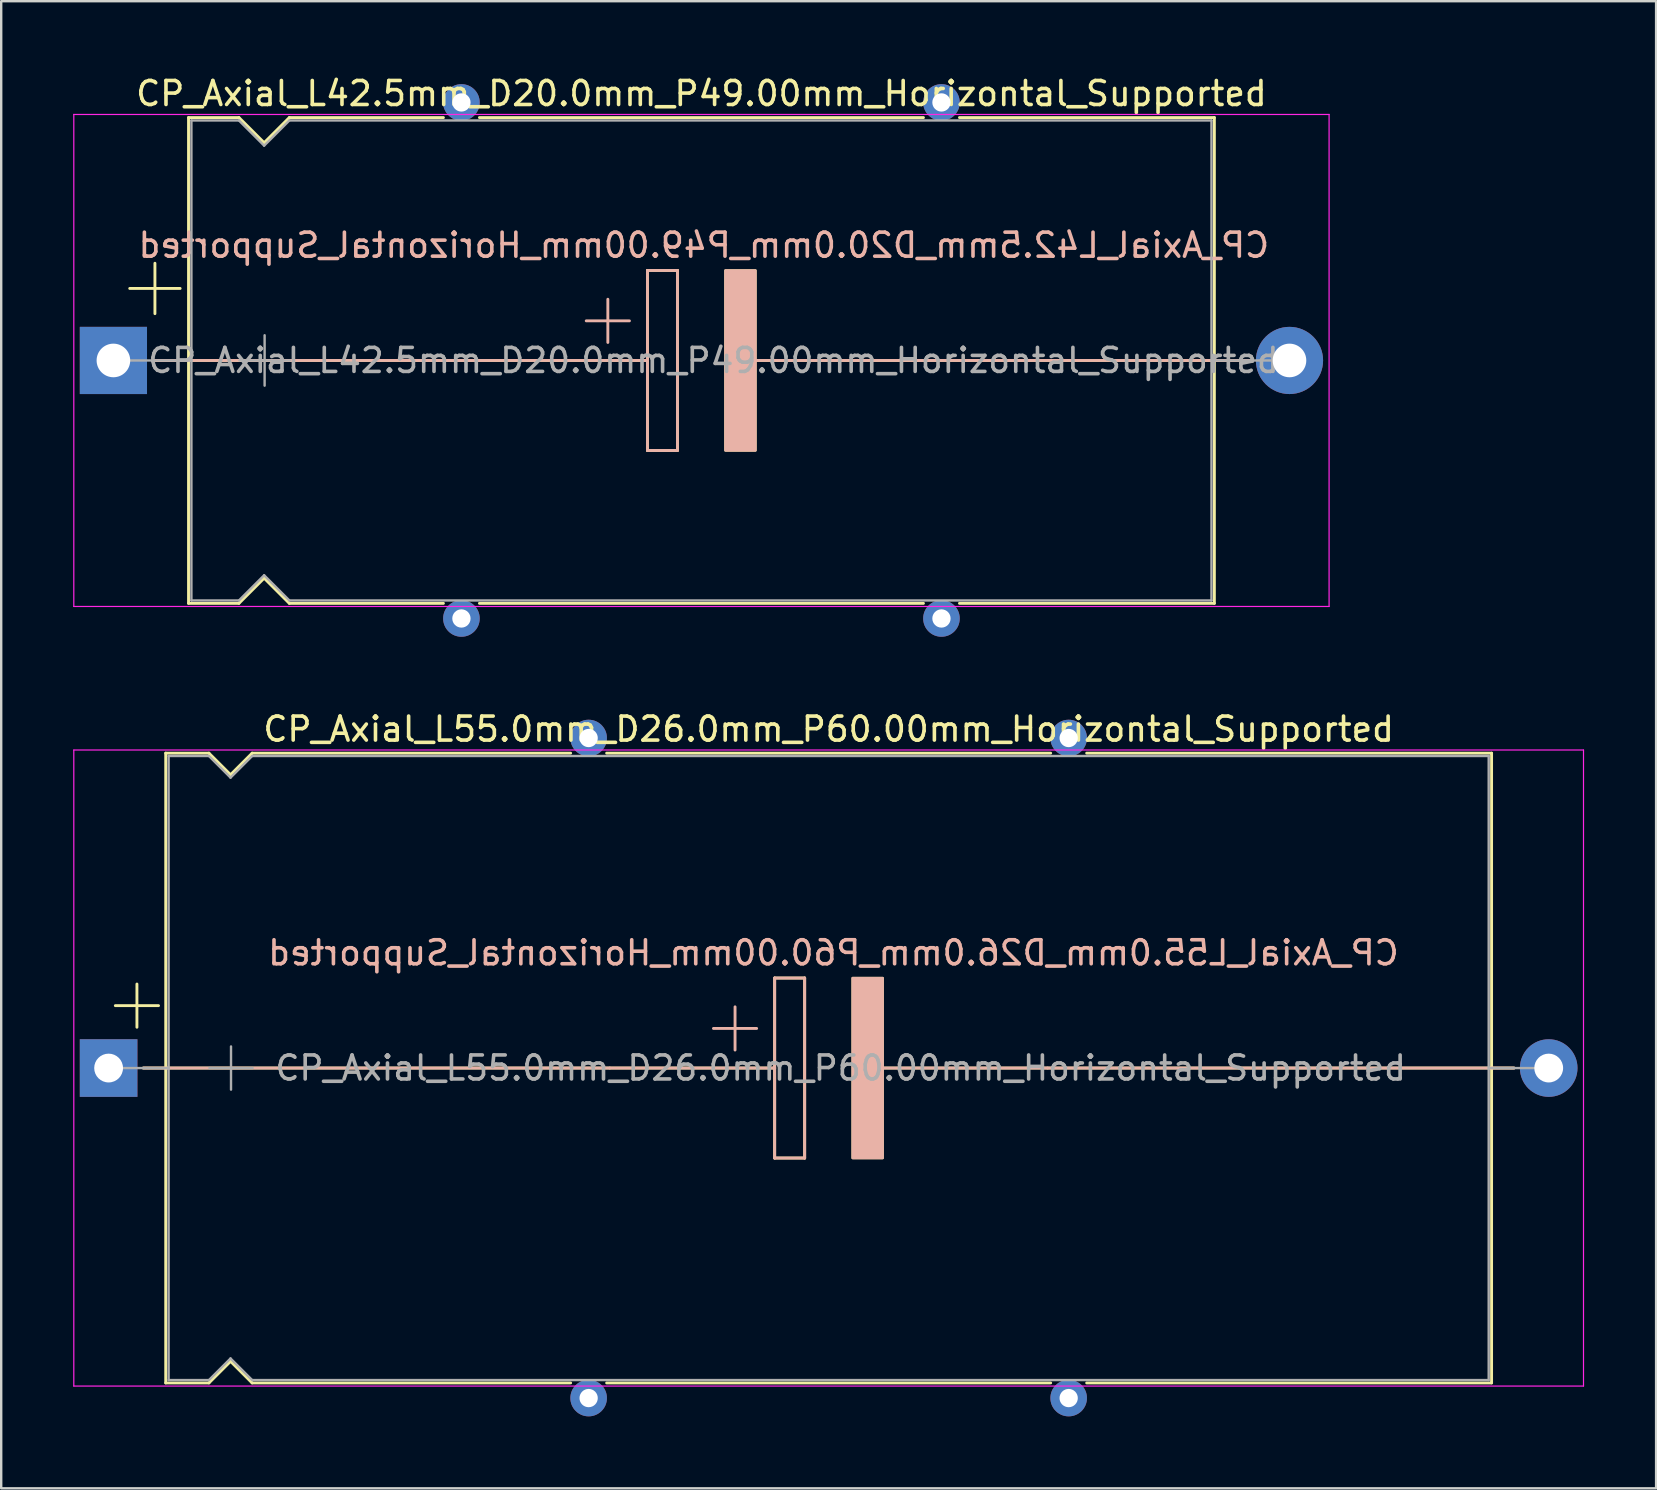
<source format=kicad_pcb>
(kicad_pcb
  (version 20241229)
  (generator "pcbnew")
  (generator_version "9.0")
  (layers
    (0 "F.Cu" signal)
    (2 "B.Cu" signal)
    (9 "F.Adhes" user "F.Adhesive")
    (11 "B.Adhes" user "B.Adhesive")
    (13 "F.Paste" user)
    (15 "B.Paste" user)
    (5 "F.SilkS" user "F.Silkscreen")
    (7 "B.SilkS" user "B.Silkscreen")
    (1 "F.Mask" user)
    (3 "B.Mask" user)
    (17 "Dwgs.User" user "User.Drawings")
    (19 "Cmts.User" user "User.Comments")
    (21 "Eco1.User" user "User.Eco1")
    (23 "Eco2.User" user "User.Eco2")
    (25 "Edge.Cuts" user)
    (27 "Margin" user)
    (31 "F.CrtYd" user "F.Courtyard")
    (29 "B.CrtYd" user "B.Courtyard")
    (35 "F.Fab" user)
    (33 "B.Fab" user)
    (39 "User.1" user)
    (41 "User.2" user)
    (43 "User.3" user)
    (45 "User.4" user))
  (footprint "CP_Axial_L55.0mm_D26.0mm_P60.00mm_Horizontal_Supported"
    (layer "F.Cu")
    (at 1.475 41.449)
    (property "Reference" "CP_Axial_L55.0mm_D26.0mm_P60.00mm_Horizontal_Supported" (at 30 -14.12 0) (layer "F.SilkS") (effects (font (size 1 1) (thickness 0.15))))
    (fp_line (start 0.28 -2.6) (end 2.08 -2.6) (stroke (width 0.12) (type solid)) (layer "F.SilkS"))
    (fp_line (start 1.18 -3.5) (end 1.18 -1.7) (stroke (width 0.12) (type solid)) (layer "F.SilkS"))
    (fp_line (start 1.44 0) (end 2.38 0) (stroke (width 0.12) (type solid)) (layer "F.SilkS"))
    (fp_line (start 2.38 -13.12) (end 2.38 13.12) (stroke (width 0.12) (type solid)) (layer "F.SilkS"))
    (fp_line (start 2.38 -13.12) (end 4.18 -13.12) (stroke (width 0.12) (type solid)) (layer "F.SilkS"))
    (fp_line (start 2.38 0) (end 27.75 0) (stroke (width 0.12) (type solid)) (layer "F.SilkS"))
    (fp_line (start 2.38 13.12) (end 4.18 13.12) (stroke (width 0.12) (type solid)) (layer "F.SilkS"))
    (fp_line (start 4.18 -13.12) (end 5.08 -12.22) (stroke (width 0.12) (type solid)) (layer "F.SilkS"))
    (fp_line (start 4.18 13.12) (end 5.08 12.22) (stroke (width 0.12) (type solid)) (layer "F.SilkS"))
    (fp_line (start 5.08 -12.22) (end 5.98 -13.12) (stroke (width 0.12) (type solid)) (layer "F.SilkS"))
    (fp_line (start 5.08 12.22) (end 5.98 13.12) (stroke (width 0.12) (type solid)) (layer "F.SilkS"))
    (fp_line (start 5.98 -13.12) (end 19.25 -13.12) (stroke (width 0.12) (type solid)) (layer "F.SilkS"))
    (fp_line (start 5.98 13.12) (end 19.25 13.12) (stroke (width 0.12) (type solid)) (layer "F.SilkS"))
    (fp_line (start 20.75 -13.12) (end 39.25 -13.12) (stroke (width 0.12) (type solid)) (layer "F.SilkS"))
    (fp_line (start 20.75 13.12) (end 39.25 13.12) (stroke (width 0.12) (type solid)) (layer "F.SilkS"))
    (fp_line (start 27.75 -3.75) (end 29 -3.75) (stroke (width 0.12) (type solid)) (layer "F.SilkS"))
    (fp_line (start 27.75 0) (end 27.75 -3.75) (stroke (width 0.12) (type solid)) (layer "F.SilkS"))
    (fp_line (start 27.75 3.75) (end 27.75 0) (stroke (width 0.12) (type solid)) (layer "F.SilkS"))
    (fp_line (start 29 -3.75) (end 29 3.75) (stroke (width 0.12) (type solid)) (layer "F.SilkS"))
    (fp_line (start 29 3.75) (end 27.75 3.75) (stroke (width 0.12) (type solid)) (layer "F.SilkS"))
    (fp_line (start 31.75 0) (end 57.62 0) (stroke (width 0.12) (type solid)) (layer "F.SilkS"))
    (fp_line (start 40.75 -13.12) (end 57.62 -13.12) (stroke (width 0.12) (type solid)) (layer "F.SilkS"))
    (fp_line (start 40.75 13.12) (end 57.62 13.12) (stroke (width 0.12) (type solid)) (layer "F.SilkS"))
    (fp_line (start 57.62 -13.12) (end 57.62 13.12) (stroke (width 0.12) (type solid)) (layer "F.SilkS"))
    (fp_line (start 58.56 0) (end 57.62 0) (stroke (width 0.12) (type solid)) (layer "F.SilkS"))
    (fp_poly (pts (xy 32.25 3.75) (xy 31 3.75) (xy 31 -3.75) (xy 32.25 -3.75)) (stroke (width 0.1) (type solid)) (fill yes) (layer "F.SilkS"))
    (fp_line (start 1.45 0) (end 20.88 0) (stroke (width 0.12) (type solid)) (layer "B.SilkS"))
    (fp_line (start 20.88 0) (end 27.75 0) (stroke (width 0.12) (type solid)) (layer "B.SilkS"))
    (fp_line (start 26.1 -2.55) (end 26.1 -0.75) (stroke (width 0.12) (type solid)) (layer "B.SilkS"))
    (fp_line (start 27 -1.65) (end 25.2 -1.65) (stroke (width 0.12) (type solid)) (layer "B.SilkS"))
    (fp_line (start 27.75 -3.75) (end 29 -3.75) (stroke (width 0.12) (type solid)) (layer "B.SilkS"))
    (fp_line (start 27.75 0) (end 27.75 -3.75) (stroke (width 0.12) (type solid)) (layer "B.SilkS"))
    (fp_line (start 27.75 3.75) (end 27.75 0) (stroke (width 0.12) (type solid)) (layer "B.SilkS"))
    (fp_line (start 29 -3.75) (end 29 3.75) (stroke (width 0.12) (type solid)) (layer "B.SilkS"))
    (fp_line (start 29 3.75) (end 27.75 3.75) (stroke (width 0.12) (type solid)) (layer "B.SilkS"))
    (fp_line (start 32.25 0) (end 39.12 0) (stroke (width 0.12) (type solid)) (layer "B.SilkS"))
    (fp_line (start 58.55 0) (end 39.12 0) (stroke (width 0.12) (type solid)) (layer "B.SilkS"))
    (fp_poly (pts (xy 32.25 3.75) (xy 31 3.75) (xy 31 -3.75) (xy 32.25 -3.75)) (stroke (width 0.1) (type solid)) (fill yes) (layer "B.SilkS"))
    (fp_line (start -1.45 -13.25) (end -1.45 13.25) (stroke (width 0.05) (type solid)) (layer "F.CrtYd"))
    (fp_line (start -1.45 13.25) (end 61.45 13.25) (stroke (width 0.05) (type solid)) (layer "F.CrtYd"))
    (fp_line (start 61.45 -13.25) (end -1.45 -13.25) (stroke (width 0.05) (type solid)) (layer "F.CrtYd"))
    (fp_line (start 61.45 13.25) (end 61.45 -13.25) (stroke (width 0.05) (type solid)) (layer "F.CrtYd"))
    (fp_line (start 0 0) (end 2.5 0) (stroke (width 0.1) (type solid)) (layer "F.Fab"))
    (fp_line (start 2.5 -13) (end 2.5 13) (stroke (width 0.1) (type solid)) (layer "F.Fab"))
    (fp_line (start 2.5 -13) (end 4.18 -13) (stroke (width 0.1) (type solid)) (layer "F.Fab"))
    (fp_line (start 2.5 13) (end 4.18 13) (stroke (width 0.1) (type solid)) (layer "F.Fab"))
    (fp_line (start 4.18 -13) (end 5.08 -12.1) (stroke (width 0.1) (type solid)) (layer "F.Fab"))
    (fp_line (start 4.18 13) (end 5.08 12.1) (stroke (width 0.1) (type solid)) (layer "F.Fab"))
    (fp_line (start 4.2 0) (end 6 0) (stroke (width 0.1) (type solid)) (layer "F.Fab"))
    (fp_line (start 5.08 -12.1) (end 5.98 -13) (stroke (width 0.1) (type solid)) (layer "F.Fab"))
    (fp_line (start 5.08 12.1) (end 5.98 13) (stroke (width 0.1) (type solid)) (layer "F.Fab"))
    (fp_line (start 5.1 -0.9) (end 5.1 0.9) (stroke (width 0.1) (type solid)) (layer "F.Fab"))
    (fp_line (start 5.98 -13) (end 57.5 -13) (stroke (width 0.1) (type solid)) (layer "F.Fab"))
    (fp_line (start 5.98 13) (end 57.5 13) (stroke (width 0.1) (type solid)) (layer "F.Fab"))
    (fp_line (start 57.5 -13) (end 57.5 13) (stroke (width 0.1) (type solid)) (layer "F.Fab"))
    (fp_line (start 60 0) (end 57.5 0) (stroke (width 0.1) (type solid)) (layer "F.Fab"))
    (fp_text user "${REFERENCE}" (at 30.2 -4.8 0) (layer "B.SilkS") (effects (font (size 1 1) (thickness 0.15)) (justify mirror)))
    (fp_text user "${REFERENCE}" (at 30.5 0 0) (layer "F.Fab") (effects (font (size 1 1) (thickness 0.15))))
    (pad "1" thru_hole rect (at 0 0) (size 2.4 2.4) (drill 1.2) (layers "*.Cu" "*.Mask"))
    (pad "2" thru_hole oval (at 60 0) (size 2.4 2.4) (drill 1.2) (layers "*.Cu" "*.Mask"))
    (pad "~" thru_hole circle (at 20 -13.75) (size 1.524 1.524) (drill 0.762) (layers "*.Cu" "*.Mask"))
    (pad "~" thru_hole circle (at 20 13.75) (size 1.524 1.524) (drill 0.762) (layers "*.Cu" "*.Mask"))
    (pad "~" thru_hole circle (at 40 -13.75) (size 1.524 1.524) (drill 0.762) (layers "*.Cu" "*.Mask"))
    (pad "~" thru_hole circle (at 40 13.75) (size 1.524 1.524) (drill 0.762) (layers "*.Cu" "*.Mask")))
  (footprint "CP_Axial_L42.5mm_D20.0mm_P49.00mm_Horizontal_Supported"
    (layer "F.Cu")
    (at 1.675 11.968)
    (property "Reference" "CP_Axial_L42.5mm_D20.0mm_P49.00mm_Horizontal_Supported" (at 24.5 -11.12 0) (layer "F.SilkS") (effects (font (size 1 1) (thickness 0.15))))
    (fp_line (start 0.68 -3) (end 2.78 -3) (stroke (width 0.12) (type solid)) (layer "F.SilkS"))
    (fp_line (start 1.64 0) (end 3.13 0) (stroke (width 0.12) (type solid)) (layer "F.SilkS"))
    (fp_line (start 1.73 -4.05) (end 1.73 -1.95) (stroke (width 0.12) (type solid)) (layer "F.SilkS"))
    (fp_line (start 3.13 -10.12) (end 3.13 10.12) (stroke (width 0.12) (type solid)) (layer "F.SilkS"))
    (fp_line (start 3.13 -10.12) (end 5.23 -10.12) (stroke (width 0.12) (type solid)) (layer "F.SilkS"))
    (fp_line (start 3.13 0) (end 22.25 0) (stroke (width 0.12) (type solid)) (layer "F.SilkS"))
    (fp_line (start 3.13 10.12) (end 5.23 10.12) (stroke (width 0.12) (type solid)) (layer "F.SilkS"))
    (fp_line (start 5.23 -10.12) (end 6.28 -9.07) (stroke (width 0.12) (type solid)) (layer "F.SilkS"))
    (fp_line (start 5.23 10.12) (end 6.28 9.07) (stroke (width 0.12) (type solid)) (layer "F.SilkS"))
    (fp_line (start 6.28 -9.07) (end 7.33 -10.12) (stroke (width 0.12) (type solid)) (layer "F.SilkS"))
    (fp_line (start 6.28 9.07) (end 7.33 10.12) (stroke (width 0.12) (type solid)) (layer "F.SilkS"))
    (fp_line (start 7.33 -10.12) (end 13.75 -10.12) (stroke (width 0.12) (type solid)) (layer "F.SilkS"))
    (fp_line (start 7.33 10.12) (end 13.75 10.12) (stroke (width 0.12) (type solid)) (layer "F.SilkS"))
    (fp_line (start 15.25 -10.12) (end 33.75 -10.12) (stroke (width 0.12) (type solid)) (layer "F.SilkS"))
    (fp_line (start 15.25 10.12) (end 33.75 10.12) (stroke (width 0.12) (type solid)) (layer "F.SilkS"))
    (fp_line (start 22.25 -3.75) (end 23.5 -3.75) (stroke (width 0.12) (type solid)) (layer "F.SilkS"))
    (fp_line (start 22.25 0) (end 22.25 -3.75) (stroke (width 0.12) (type solid)) (layer "F.SilkS"))
    (fp_line (start 22.25 3.75) (end 22.25 0) (stroke (width 0.12) (type solid)) (layer "F.SilkS"))
    (fp_line (start 23.5 -3.75) (end 23.5 3.75) (stroke (width 0.12) (type solid)) (layer "F.SilkS"))
    (fp_line (start 23.5 3.75) (end 22.25 3.75) (stroke (width 0.12) (type solid)) (layer "F.SilkS"))
    (fp_line (start 26.25 0) (end 45.87 0) (stroke (width 0.12) (type solid)) (layer "F.SilkS"))
    (fp_line (start 35.25 -10.12) (end 45.87 -10.12) (stroke (width 0.12) (type solid)) (layer "F.SilkS"))
    (fp_line (start 35.25 10.12) (end 45.87 10.12) (stroke (width 0.12) (type solid)) (layer "F.SilkS"))
    (fp_line (start 45.87 -10.12) (end 45.87 10.12) (stroke (width 0.12) (type solid)) (layer "F.SilkS"))
    (fp_line (start 47.36 0) (end 45.87 0) (stroke (width 0.12) (type solid)) (layer "F.SilkS"))
    (fp_poly (pts (xy 26.75 3.75) (xy 25.5 3.75) (xy 25.5 -3.75) (xy 26.75 -3.75)) (stroke (width 0.1) (type solid)) (fill yes) (layer "F.SilkS"))
    (fp_line (start 1.65 0) (end 15.38 0) (stroke (width 0.12) (type solid)) (layer "B.SilkS"))
    (fp_line (start 15.38 0) (end 22.25 0) (stroke (width 0.12) (type solid)) (layer "B.SilkS"))
    (fp_line (start 20.6 -2.55) (end 20.6 -0.75) (stroke (width 0.12) (type solid)) (layer "B.SilkS"))
    (fp_line (start 21.5 -1.65) (end 19.7 -1.65) (stroke (width 0.12) (type solid)) (layer "B.SilkS"))
    (fp_line (start 22.25 -3.75) (end 23.5 -3.75) (stroke (width 0.12) (type solid)) (layer "B.SilkS"))
    (fp_line (start 22.25 0) (end 22.25 -3.75) (stroke (width 0.12) (type solid)) (layer "B.SilkS"))
    (fp_line (start 22.25 3.75) (end 22.25 0) (stroke (width 0.12) (type solid)) (layer "B.SilkS"))
    (fp_line (start 23.5 -3.75) (end 23.5 3.75) (stroke (width 0.12) (type solid)) (layer "B.SilkS"))
    (fp_line (start 23.5 3.75) (end 22.25 3.75) (stroke (width 0.12) (type solid)) (layer "B.SilkS"))
    (fp_line (start 26.75 0) (end 33.62 0) (stroke (width 0.12) (type solid)) (layer "B.SilkS"))
    (fp_line (start 47.35 0) (end 33.62 0) (stroke (width 0.12) (type solid)) (layer "B.SilkS"))
    (fp_poly (pts (xy 26.75 3.75) (xy 25.5 3.75) (xy 25.5 -3.75) (xy 26.75 -3.75)) (stroke (width 0.1) (type solid)) (fill yes) (layer "B.SilkS"))
    (fp_line (start -1.65 -10.25) (end -1.65 10.25) (stroke (width 0.05) (type solid)) (layer "F.CrtYd"))
    (fp_line (start -1.65 10.25) (end 50.65 10.25) (stroke (width 0.05) (type solid)) (layer "F.CrtYd"))
    (fp_line (start 50.65 -10.25) (end -1.65 -10.25) (stroke (width 0.05) (type solid)) (layer "F.CrtYd"))
    (fp_line (start 50.65 10.25) (end 50.65 -10.25) (stroke (width 0.05) (type solid)) (layer "F.CrtYd"))
    (fp_line (start 0 0) (end 3.25 0) (stroke (width 0.1) (type solid)) (layer "F.Fab"))
    (fp_line (start 3.25 -10) (end 3.25 10) (stroke (width 0.1) (type solid)) (layer "F.Fab"))
    (fp_line (start 3.25 -10) (end 5.23 -10) (stroke (width 0.1) (type solid)) (layer "F.Fab"))
    (fp_line (start 3.25 10) (end 5.23 10) (stroke (width 0.1) (type solid)) (layer "F.Fab"))
    (fp_line (start 5.23 -10) (end 6.28 -8.95) (stroke (width 0.1) (type solid)) (layer "F.Fab"))
    (fp_line (start 5.23 10) (end 6.28 8.95) (stroke (width 0.1) (type solid)) (layer "F.Fab"))
    (fp_line (start 5.25 0) (end 7.35 0) (stroke (width 0.1) (type solid)) (layer "F.Fab"))
    (fp_line (start 6.28 -8.95) (end 7.33 -10) (stroke (width 0.1) (type solid)) (layer "F.Fab"))
    (fp_line (start 6.28 8.95) (end 7.33 10) (stroke (width 0.1) (type solid)) (layer "F.Fab"))
    (fp_line (start 6.3 -1.05) (end 6.3 1.05) (stroke (width 0.1) (type solid)) (layer "F.Fab"))
    (fp_line (start 7.33 -10) (end 45.75 -10) (stroke (width 0.1) (type solid)) (layer "F.Fab"))
    (fp_line (start 7.33 10) (end 45.75 10) (stroke (width 0.1) (type solid)) (layer "F.Fab"))
    (fp_line (start 45.75 -10) (end 45.75 10) (stroke (width 0.1) (type solid)) (layer "F.Fab"))
    (fp_line (start 49 0) (end 45.75 0) (stroke (width 0.1) (type solid)) (layer "F.Fab"))
    (fp_text user "${REFERENCE}" (at 24.6 -4.8 0) (layer "B.SilkS") (effects (font (size 1 1) (thickness 0.15)) (justify mirror)))
    (fp_text user "${REFERENCE}" (at 25 0 0) (layer "F.Fab") (effects (font (size 1 1) (thickness 0.15))))
    (pad "1" thru_hole rect (at 0 0) (size 2.8 2.8) (drill 1.4) (layers "*.Cu" "*.Mask"))
    (pad "2" thru_hole oval (at 49 0) (size 2.8 2.8) (drill 1.4) (layers "*.Cu" "*.Mask"))
    (pad "~" thru_hole circle (at 14.5 -10.75) (size 1.524 1.524) (drill 0.762) (layers "*.Cu" "*.Mask"))
    (pad "~" thru_hole circle (at 14.5 10.75) (size 1.524 1.524) (drill 0.762) (layers "*.Cu" "*.Mask"))
    (pad "~" thru_hole circle (at 34.5 -10.75) (size 1.524 1.524) (drill 0.762) (layers "*.Cu" "*.Mask"))
    (pad "~" thru_hole circle (at 34.5 10.75) (size 1.524 1.524) (drill 0.762) (layers "*.Cu" "*.Mask")))
  (gr_rect
    (start -3 -3)
    (end 65.95 58.961)
    (stroke (width 0.1) (type default))
    (fill no)
    (layer "Edge.Cuts")))
</source>
